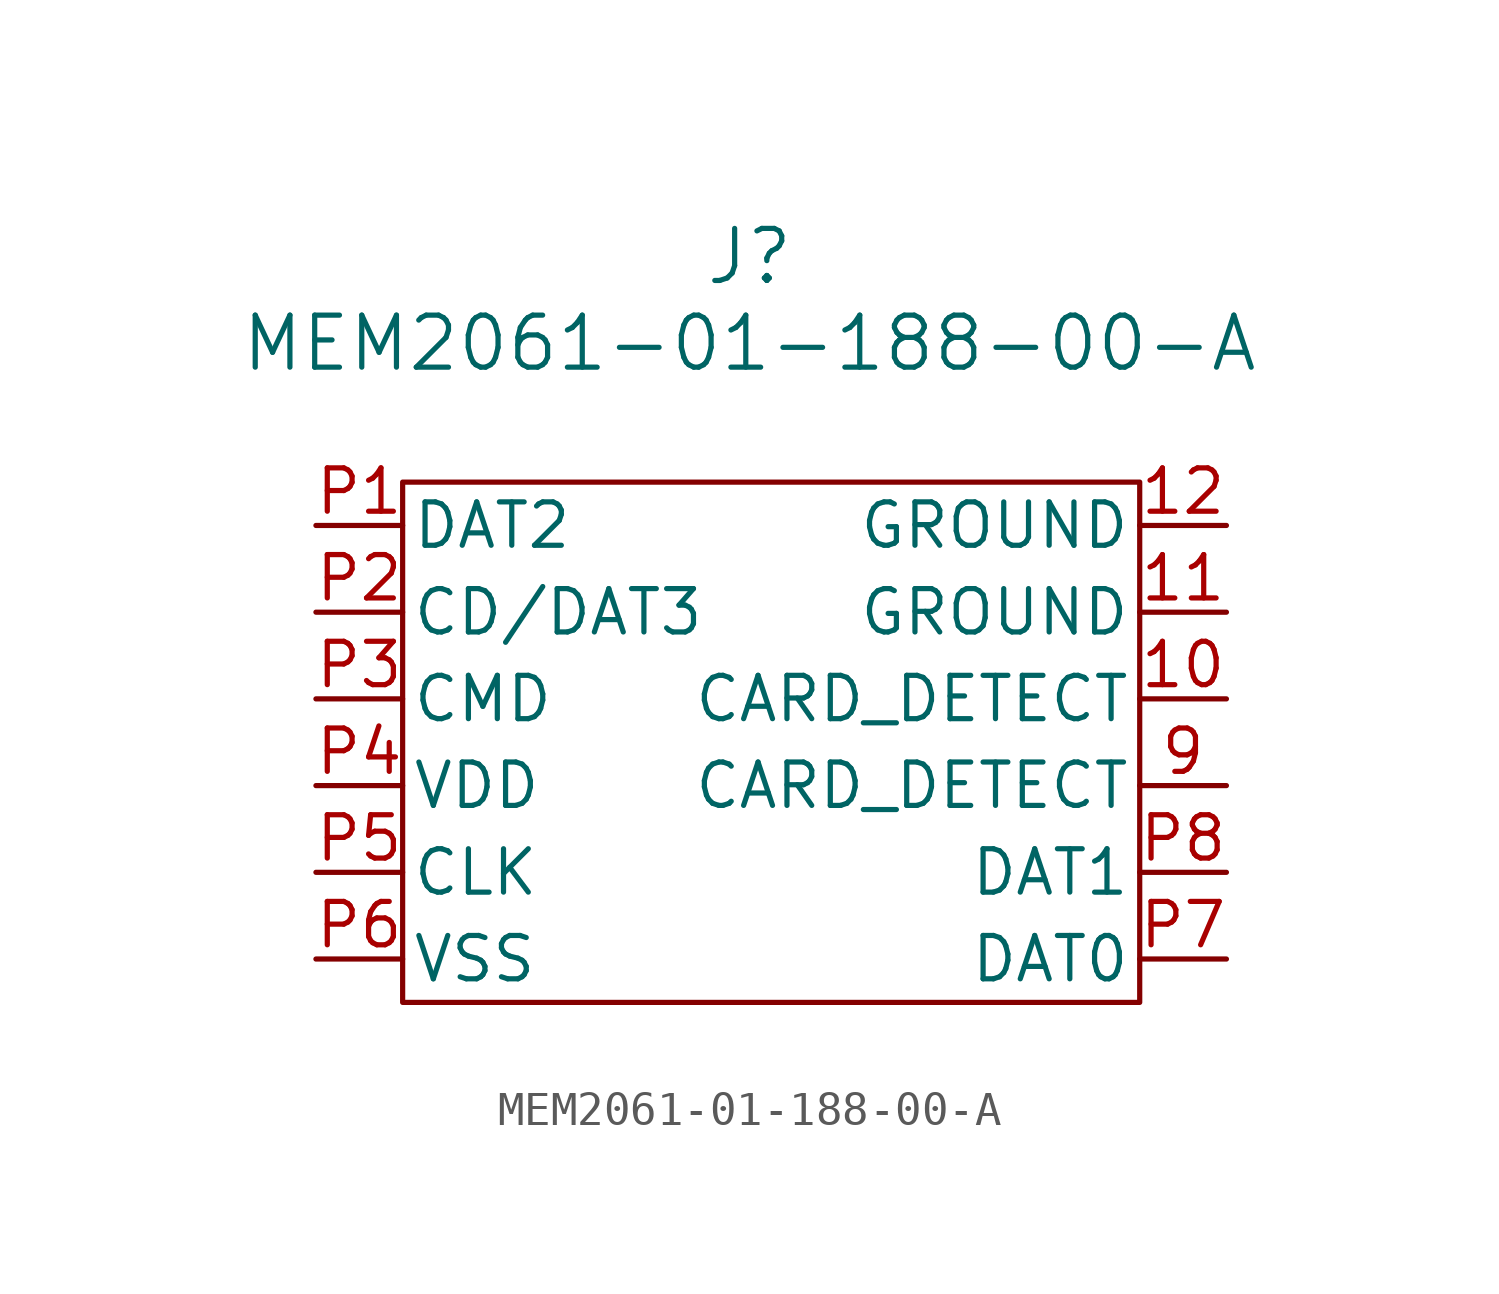
<source format=kicad_sym>
(kicad_symbol_lib
  (version 20231120)
  (generator "kicad_symbol_editor")
  (generator_version "8.0")
  (symbol "MEM2061-01-188-00-A"
    (pin_names
      (offset 0.254))
    (property "Reference" "J"
      (at 0 14.224 0)
      (effects (font (size 1.524 1.524))))
    (property "Value" "MEM2061-01-188-00-A"
      (at 0 11.684 0)
      (effects (font (size 1.524 1.524))))
    (symbol "MEM2061-01-188-00-A_0_1"
      (pin passive line (at 13.97 1.27 180) (length 2.54) (name "CARD_DETECT" (effects (font (size 1.27 1.27)))) (number "10" (effects (font (size 1.27 1.27)))))
      (pin power_in line (at 13.97 3.81 180) (length 2.54) (name "GROUND" (effects (font (size 1.27 1.27)))) (number "11" (effects (font (size 1.27 1.27)))))
      (pin power_in line (at 13.97 6.35 180) (length 2.54) (name "GROUND" (effects (font (size 1.27 1.27)))) (number "12" (effects (font (size 1.27 1.27)))))
      (pin passive line (at 13.97 -1.27 180) (length 2.54) (name "CARD_DETECT" (effects (font (size 1.27 1.27)))) (number "9" (effects (font (size 1.27 1.27)))))
      (pin bidirectional line (at -12.7 6.35 0) (length 2.54) (name "DAT2" (effects (font (size 1.27 1.27)))) (number "P1" (effects (font (size 1.27 1.27)))))
      (pin bidirectional line (at -12.7 3.81 0) (length 2.54) (name "CD/DAT3" (effects (font (size 1.27 1.27)))) (number "P2" (effects (font (size 1.27 1.27)))))
      (pin bidirectional line (at -12.7 1.27 0) (length 2.54) (name "CMD" (effects (font (size 1.27 1.27)))) (number "P3" (effects (font (size 1.27 1.27)))))
      (pin power_in line (at -12.7 -1.27 0) (length 2.54) (name "VDD" (effects (font (size 1.27 1.27)))) (number "P4" (effects (font (size 1.27 1.27)))))
      (pin input line (at -12.7 -3.81 0) (length 2.54) (name "CLK" (effects (font (size 1.27 1.27)))) (number "P5" (effects (font (size 1.27 1.27)))))
      (pin power_in line (at -12.7 -6.35 0) (length 2.54) (name "VSS" (effects (font (size 1.27 1.27)))) (number "P6" (effects (font (size 1.27 1.27)))))
      (pin bidirectional line (at 13.97 -6.35 180) (length 2.54) (name "DAT0" (effects (font (size 1.27 1.27)))) (number "P7" (effects (font (size 1.27 1.27)))))
      (pin bidirectional line (at 13.97 -3.81 180) (length 2.54) (name "DAT1" (effects (font (size 1.27 1.27)))) (number "P8" (effects (font (size 1.27 1.27))))))
    (symbol "MEM2061-01-188-00-A_1_1"
      (rectangle (start -10.16 7.62) (end 11.43 -7.62) (stroke (width 0) (type default)) (fill (type none))))))
</source>
